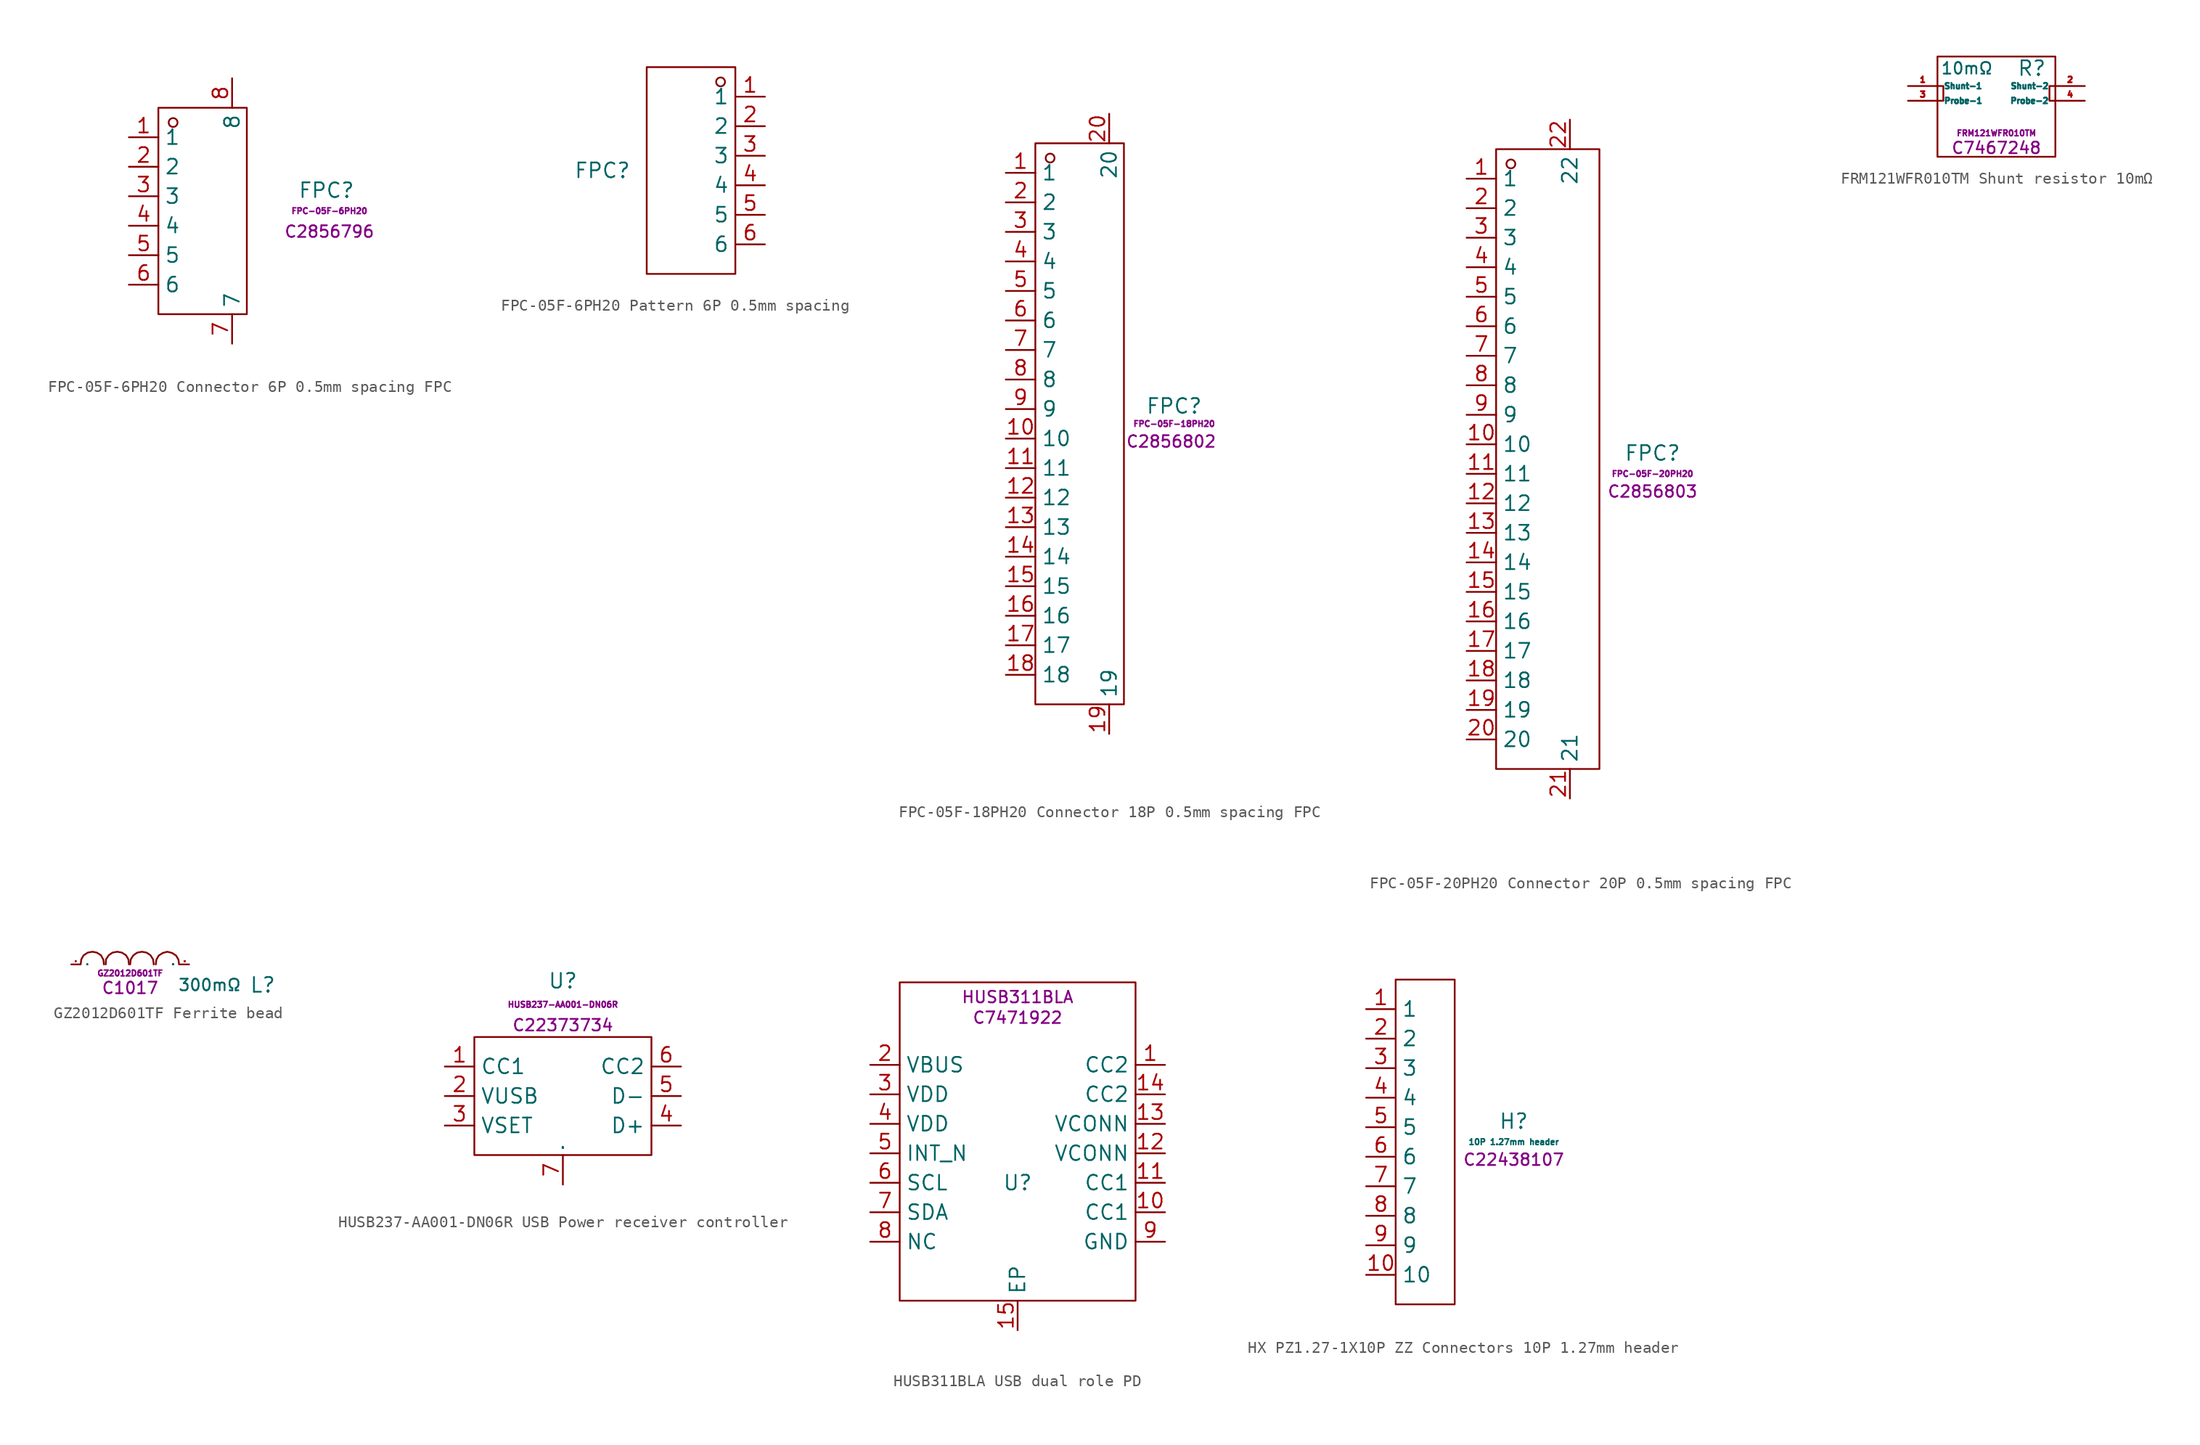
<source format=kicad_sym>
(kicad_symbol_lib
  (version 20241209)
  (generator "kicad_symbol_editor")
  (generator_version "9.0")
  (symbol "FPC-05F-6PH20 Connector 6P 0.5mm spacing FPC"
    (property "Reference" "FPC"
      (at 11.938 1.778 0)
      (do_not_autoplace)
      (effects (font (size 1.27 1.27))))
    (property "Manufacturer Part" "FPC-05F-6PH20"
      (at 12.192 0 0)
      (do_not_autoplace)
      (effects (font (size 0.5 0.5))))
    (property "LCSC Part #" "C2856796"
      (at 12.192 -1.778 0)
      (do_not_autoplace)
      (effects (font (size 1 1))))
    (symbol "FPC-05F-6PH20 Connector 6P 0.5mm spacing FPC_1_0"
      (rectangle (start -2.54 -8.89) (end 5.08 8.89) (stroke (width 0) (type default)) (fill (type none)))
      (circle (center -1.27 7.62) (radius 0.381) (stroke (width 0) (type default)) (fill (type none)))
      (pin input line (at -5.08 6.35 0) (length 2.54) (name "1" (effects (font (size 1.27 1.27)))) (number "1" (effects (font (size 1.27 1.27)))))
      (pin input line (at -5.08 3.81 0) (length 2.54) (name "2" (effects (font (size 1.27 1.27)))) (number "2" (effects (font (size 1.27 1.27)))))
      (pin input line (at -5.08 1.27 0) (length 2.54) (name "3" (effects (font (size 1.27 1.27)))) (number "3" (effects (font (size 1.27 1.27)))))
      (pin input line (at -5.08 -1.27 0) (length 2.54) (name "4" (effects (font (size 1.27 1.27)))) (number "4" (effects (font (size 1.27 1.27)))))
      (pin input line (at -5.08 -3.81 0) (length 2.54) (name "5" (effects (font (size 1.27 1.27)))) (number "5" (effects (font (size 1.27 1.27)))))
      (pin input line (at -5.08 -6.35 0) (length 2.54) (name "6" (effects (font (size 1.27 1.27)))) (number "6" (effects (font (size 1.27 1.27)))))
      (pin input line (at 3.81 11.43 270) (length 2.54) (name "8" (effects (font (size 1.27 1.27)))) (number "8" (effects (font (size 1.27 1.27)))))
      (pin input line (at 3.81 -11.43 90) (length 2.54) (name "7" (effects (font (size 1.27 1.27)))) (number "7" (effects (font (size 1.27 1.27)))))))
  (symbol "FPC-05F-6PH20 Pattern 6P 0.5mm spacing"
    (property "Reference" "FPC"
      (at -7.62 0 0)
      (do_not_autoplace)
      (effects (font (size 1.27 1.27))))
    (symbol "FPC-05F-6PH20 Pattern 6P 0.5mm spacing_1_0"
      (circle (center 2.54 7.62) (radius 0.381) (stroke (width 0) (type default)) (fill (type none)))
      (rectangle (start 3.81 8.89) (end -3.81 -8.89) (stroke (width 0) (type default)) (fill (type none)))
      (pin input line (at 6.35 6.35 180) (length 2.54) (name "1" (effects (font (size 1.27 1.27)))) (number "1" (effects (font (size 1.27 1.27)))))
      (pin input line (at 6.35 3.81 180) (length 2.54) (name "2" (effects (font (size 1.27 1.27)))) (number "2" (effects (font (size 1.27 1.27)))))
      (pin input line (at 6.35 1.27 180) (length 2.54) (name "3" (effects (font (size 1.27 1.27)))) (number "3" (effects (font (size 1.27 1.27)))))
      (pin input line (at 6.35 -1.27 180) (length 2.54) (name "4" (effects (font (size 1.27 1.27)))) (number "4" (effects (font (size 1.27 1.27)))))
      (pin input line (at 6.35 -3.81 180) (length 2.54) (name "5" (effects (font (size 1.27 1.27)))) (number "5" (effects (font (size 1.27 1.27)))))
      (pin input line (at 6.35 -6.35 180) (length 2.54) (name "6" (effects (font (size 1.27 1.27)))) (number "6" (effects (font (size 1.27 1.27)))))))
  (symbol "FPC-05F-18PH20 Connector 18P 0.5mm spacing FPC"
    (property "Reference" "FPC"
      (at 9.398 1.524 0)
      (do_not_autoplace)
      (effects (font (size 1.27 1.27))))
    (property "Manufacturer Part" "FPC-05F-18PH20"
      (at 9.398 0 0)
      (do_not_autoplace)
      (effects (font (size 0.5 0.5))))
    (property "LCSC Part #" "C2856802"
      (at 9.144 -1.524 0)
      (do_not_autoplace)
      (effects (font (size 1 1))))
    (symbol "FPC-05F-18PH20 Connector 18P 0.5mm spacing FPC_1_0"
      (rectangle (start -2.54 -24.13) (end 5.08 24.13) (stroke (width 0) (type default)) (fill (type none)))
      (circle (center -1.27 22.86) (radius 0.381) (stroke (width 0) (type default)) (fill (type none)))
      (pin input line (at -5.08 21.59 0) (length 2.54) (name "1" (effects (font (size 1.27 1.27)))) (number "1" (effects (font (size 1.27 1.27)))))
      (pin input line (at -5.08 19.05 0) (length 2.54) (name "2" (effects (font (size 1.27 1.27)))) (number "2" (effects (font (size 1.27 1.27)))))
      (pin input line (at -5.08 16.51 0) (length 2.54) (name "3" (effects (font (size 1.27 1.27)))) (number "3" (effects (font (size 1.27 1.27)))))
      (pin input line (at -5.08 13.97 0) (length 2.54) (name "4" (effects (font (size 1.27 1.27)))) (number "4" (effects (font (size 1.27 1.27)))))
      (pin input line (at -5.08 11.43 0) (length 2.54) (name "5" (effects (font (size 1.27 1.27)))) (number "5" (effects (font (size 1.27 1.27)))))
      (pin input line (at -5.08 8.89 0) (length 2.54) (name "6" (effects (font (size 1.27 1.27)))) (number "6" (effects (font (size 1.27 1.27)))))
      (pin input line (at -5.08 6.35 0) (length 2.54) (name "7" (effects (font (size 1.27 1.27)))) (number "7" (effects (font (size 1.27 1.27)))))
      (pin input line (at -5.08 3.81 0) (length 2.54) (name "8" (effects (font (size 1.27 1.27)))) (number "8" (effects (font (size 1.27 1.27)))))
      (pin input line (at -5.08 1.27 0) (length 2.54) (name "9" (effects (font (size 1.27 1.27)))) (number "9" (effects (font (size 1.27 1.27)))))
      (pin input line (at -5.08 -1.27 0) (length 2.54) (name "10" (effects (font (size 1.27 1.27)))) (number "10" (effects (font (size 1.27 1.27)))))
      (pin input line (at -5.08 -3.81 0) (length 2.54) (name "11" (effects (font (size 1.27 1.27)))) (number "11" (effects (font (size 1.27 1.27)))))
      (pin input line (at -5.08 -6.35 0) (length 2.54) (name "12" (effects (font (size 1.27 1.27)))) (number "12" (effects (font (size 1.27 1.27)))))
      (pin input line (at -5.08 -8.89 0) (length 2.54) (name "13" (effects (font (size 1.27 1.27)))) (number "13" (effects (font (size 1.27 1.27)))))
      (pin input line (at -5.08 -11.43 0) (length 2.54) (name "14" (effects (font (size 1.27 1.27)))) (number "14" (effects (font (size 1.27 1.27)))))
      (pin input line (at -5.08 -13.97 0) (length 2.54) (name "15" (effects (font (size 1.27 1.27)))) (number "15" (effects (font (size 1.27 1.27)))))
      (pin input line (at -5.08 -16.51 0) (length 2.54) (name "16" (effects (font (size 1.27 1.27)))) (number "16" (effects (font (size 1.27 1.27)))))
      (pin input line (at -5.08 -19.05 0) (length 2.54) (name "17" (effects (font (size 1.27 1.27)))) (number "17" (effects (font (size 1.27 1.27)))))
      (pin input line (at -5.08 -21.59 0) (length 2.54) (name "18" (effects (font (size 1.27 1.27)))) (number "18" (effects (font (size 1.27 1.27)))))
      (pin input line (at 3.81 26.67 270) (length 2.54) (name "20" (effects (font (size 1.27 1.27)))) (number "20" (effects (font (size 1.27 1.27)))))
      (pin input line (at 3.81 -26.67 90) (length 2.54) (name "19" (effects (font (size 1.27 1.27)))) (number "19" (effects (font (size 1.27 1.27)))))))
  (symbol "FPC-05F-20PH20 Connector 20P 0.5mm spacing FPC"
    (property "Reference" "FPC"
      (at 9.652 1.778 0)
      (do_not_autoplace)
      (effects (font (size 1.27 1.27))))
    (property "Manufacturer Part" "FPC-05F-20PH20"
      (at 9.652 0 0)
      (do_not_autoplace)
      (effects (font (size 0.5 0.5))))
    (property "LCSC Part #" "C2856803"
      (at 9.652 -1.524 0)
      (do_not_autoplace)
      (effects (font (size 1 1))))
    (symbol "FPC-05F-20PH20 Connector 20P 0.5mm spacing FPC_1_0"
      (rectangle (start -3.81 -25.4) (end 5.08 27.94) (stroke (width 0) (type default)) (fill (type none)))
      (circle (center -2.54 26.67) (radius 0.381) (stroke (width 0) (type default)) (fill (type none)))
      (pin input line (at -6.35 25.4 0) (length 2.54) (name "1" (effects (font (size 1.27 1.27)))) (number "1" (effects (font (size 1.27 1.27)))))
      (pin input line (at -6.35 22.86 0) (length 2.54) (name "2" (effects (font (size 1.27 1.27)))) (number "2" (effects (font (size 1.27 1.27)))))
      (pin input line (at -6.35 20.32 0) (length 2.54) (name "3" (effects (font (size 1.27 1.27)))) (number "3" (effects (font (size 1.27 1.27)))))
      (pin input line (at -6.35 17.78 0) (length 2.54) (name "4" (effects (font (size 1.27 1.27)))) (number "4" (effects (font (size 1.27 1.27)))))
      (pin input line (at -6.35 15.24 0) (length 2.54) (name "5" (effects (font (size 1.27 1.27)))) (number "5" (effects (font (size 1.27 1.27)))))
      (pin input line (at -6.35 12.7 0) (length 2.54) (name "6" (effects (font (size 1.27 1.27)))) (number "6" (effects (font (size 1.27 1.27)))))
      (pin input line (at -6.35 10.16 0) (length 2.54) (name "7" (effects (font (size 1.27 1.27)))) (number "7" (effects (font (size 1.27 1.27)))))
      (pin input line (at -6.35 7.62 0) (length 2.54) (name "8" (effects (font (size 1.27 1.27)))) (number "8" (effects (font (size 1.27 1.27)))))
      (pin input line (at -6.35 5.08 0) (length 2.54) (name "9" (effects (font (size 1.27 1.27)))) (number "9" (effects (font (size 1.27 1.27)))))
      (pin input line (at -6.35 2.54 0) (length 2.54) (name "10" (effects (font (size 1.27 1.27)))) (number "10" (effects (font (size 1.27 1.27)))))
      (pin input line (at -6.35 0 0) (length 2.54) (name "11" (effects (font (size 1.27 1.27)))) (number "11" (effects (font (size 1.27 1.27)))))
      (pin input line (at -6.35 -2.54 0) (length 2.54) (name "12" (effects (font (size 1.27 1.27)))) (number "12" (effects (font (size 1.27 1.27)))))
      (pin input line (at -6.35 -5.08 0) (length 2.54) (name "13" (effects (font (size 1.27 1.27)))) (number "13" (effects (font (size 1.27 1.27)))))
      (pin input line (at -6.35 -7.62 0) (length 2.54) (name "14" (effects (font (size 1.27 1.27)))) (number "14" (effects (font (size 1.27 1.27)))))
      (pin input line (at -6.35 -10.16 0) (length 2.54) (name "15" (effects (font (size 1.27 1.27)))) (number "15" (effects (font (size 1.27 1.27)))))
      (pin input line (at -6.35 -12.7 0) (length 2.54) (name "16" (effects (font (size 1.27 1.27)))) (number "16" (effects (font (size 1.27 1.27)))))
      (pin input line (at -6.35 -15.24 0) (length 2.54) (name "17" (effects (font (size 1.27 1.27)))) (number "17" (effects (font (size 1.27 1.27)))))
      (pin input line (at -6.35 -17.78 0) (length 2.54) (name "18" (effects (font (size 1.27 1.27)))) (number "18" (effects (font (size 1.27 1.27)))))
      (pin input line (at -6.35 -20.32 0) (length 2.54) (name "19" (effects (font (size 1.27 1.27)))) (number "19" (effects (font (size 1.27 1.27)))))
      (pin input line (at -6.35 -22.86 0) (length 2.54) (name "20" (effects (font (size 1.27 1.27)))) (number "20" (effects (font (size 1.27 1.27)))))
      (pin input line (at 2.54 30.48 270) (length 2.54) (name "22" (effects (font (size 1.27 1.27)))) (number "22" (effects (font (size 1.27 1.27)))))
      (pin input line (at 2.54 -27.94 90) (length 2.54) (name "21" (effects (font (size 1.27 1.27)))) (number "21" (effects (font (size 1.27 1.27)))))))
  (symbol "FRM121WFR010TM Shunt resistor 10mΩ"
    (property "Reference" "R"
      (at 3.048 1.524 0)
      (do_not_autoplace)
      (effects (font (size 1.27 1.27))))
    (property "Value" "10mΩ"
      (at -2.54 1.524 0)
      (do_not_autoplace)
      (effects (font (size 1 1))))
    (property "Manufacturer Part" "FRM121WFR010TM"
      (at 0 -4.064 0)
      (do_not_autoplace)
      (effects (font (size 0.5 0.5))))
    (property "LCSC Part #" "C7467248"
      (at 0 -5.334 0)
      (do_not_autoplace)
      (effects (font (size 1 1))))
    (symbol "FRM121WFR010TM Shunt resistor 10mΩ_0_1"
      (polyline (pts (xy -5.08 0) (xy -4.572 0) (xy -4.572 -1.27) (xy -5.08 -1.27)) (stroke (width 0) (type default)) (fill (type none)))
      (polyline (pts (xy 5.08 0) (xy 4.572 0) (xy 4.572 -1.27) (xy 5.08 -1.27)) (stroke (width 0) (type default)) (fill (type none))))
    (symbol "FRM121WFR010TM Shunt resistor 10mΩ_1_0"
      (rectangle (start -5.08 2.54) (end 5.08 -6.096) (stroke (width 0) (type default)) (fill (type none)))
      (pin unspecified line (at -7.62 0 0) (length 2.54) (name "Shunt-1" (effects (font (size 0.5 0.5)))) (number "1" (effects (font (size 0.5 0.5)))))
      (pin unspecified line (at -7.62 -1.27 0) (length 2.54) (name "Probe-1" (effects (font (size 0.5 0.5)))) (number "3" (effects (font (size 0.5 0.5)))))
      (pin unspecified line (at 7.62 0 180) (length 2.54) (name "Shunt-2" (effects (font (size 0.5 0.5)))) (number "2" (effects (font (size 0.5 0.5)))))
      (pin unspecified line (at 7.62 -1.27 180) (length 2.54) (name "Probe-2" (effects (font (size 0.5 0.5)))) (number "4" (effects (font (size 0.5 0.5)))))))
  (symbol "GZ2012D601TF Ferrite bead"
    (property "Reference" "L"
      (at 11.43 -1.778 0)
      (effects (font (size 1.27 1.27))))
    (property "Value" "300mΩ"
      (at 6.858 -1.778 0)
      (effects (font (size 1 1))))
    (property "Manufacturer Part" "GZ2012D601TF"
      (at 0 -0.762 0)
      (do_not_autoplace)
      (effects (font (size 0.5 0.5))))
    (property "LCSC Part #" "C1017"
      (at 0 -2.032 0)
      (do_not_autoplace)
      (effects (font (size 1 1))))
    (symbol "GZ2012D601TF Ferrite bead_1_0"
      (polyline (pts (xy -4.267 0) (xy -4.216 0.432) (xy -4.216 0.432) (xy -4.013 0.787) (xy -4.013 0.787) (xy -3.658 1.016) (xy -3.658 1.016) (xy -3.251 1.092) (xy -3.251 1.092) (xy -2.87 1.016) (xy -2.87 1.016) (xy -2.515 0.787) (xy -2.515 0.787) (xy -2.311 0.406) (xy -2.311 0.406) (xy -2.261 0)) (stroke (width 0) (type default)) (fill (type none)))
      (polyline (pts (xy -2.108 0) (xy -2.083 0.432) (xy -2.083 0.432) (xy -1.854 0.787) (xy -1.854 0.787) (xy -1.524 1.016) (xy -1.524 1.016) (xy -1.118 1.092) (xy -1.118 1.092) (xy -0.711 1.016) (xy -0.711 1.016) (xy -0.356 0.787) (xy -0.356 0.787) (xy -0.152 0.432) (xy -0.152 0.432) (xy -0.102 0)) (stroke (width 0) (type default)) (fill (type none)))
      (polyline (pts (xy 0 0) (xy 0.051 0.432) (xy 0.051 0.432) (xy 0.279 0.787) (xy 0.279 0.787) (xy 0.61 1.016) (xy 0.61 1.016) (xy 1.016 1.092) (xy 1.016 1.092) (xy 1.422 1.016) (xy 1.422 1.016) (xy 1.753 0.787) (xy 1.753 0.787) (xy 1.981 0.432) (xy 1.981 0.432) (xy 2.032 0)) (stroke (width 0) (type default)) (fill (type none)))
      (polyline (pts (xy 2.21 0) (xy 2.261 0.406) (xy 2.261 0.406) (xy 2.464 0.762) (xy 2.464 0.762) (xy 2.819 0.991) (xy 2.819 0.991) (xy 3.2 1.092) (xy 3.2 1.092) (xy 3.607 0.991) (xy 3.607 0.991) (xy 3.962 0.762) (xy 3.962 0.762) (xy 4.166 0.406) (xy 4.166 0.406) (xy 4.216 0)) (stroke (width 0) (type default)) (fill (type none)))
      (pin unspecified line (at -5.08 0 0) (length 0.762) (name "1" (effects (font (size 0.025 0.025)))) (number "1" (effects (font (size 0.025 0.025)))))
      (pin unspecified line (at 5.08 0 180) (length 0.762) (name "2" (effects (font (size 0.025 0.025)))) (number "2" (effects (font (size 0.025 0.025)))))))
  (symbol "HUSB237-AA001-DN06R USB Power receiver controller"
    (property "Reference" "U"
      (at 0 9.906 0)
      (do_not_autoplace)
      (effects (font (size 1.27 1.27))))
    (property "Manufacturer Part" "HUSB237-AA001-DN06R"
      (at 0 7.874 0)
      (do_not_autoplace)
      (effects (font (size 0.5 0.5))))
    (property "LCSC Part #" "C22373734"
      (at 0 6.096 0)
      (do_not_autoplace)
      (effects (font (size 1 1))))
    (symbol "HUSB237-AA001-DN06R USB Power receiver controller_1_0"
      (rectangle (start -7.62 5.08) (end 7.62 -5.08) (stroke (width 0) (type default)) (fill (type none)))
      (pin unspecified line (at -10.16 2.54 0) (length 2.54) (name "CC1" (effects (font (size 1.27 1.27)))) (number "1" (effects (font (size 1.27 1.27)))))
      (pin unspecified line (at -10.16 0 0) (length 2.54) (name "VUSB" (effects (font (size 1.27 1.27)))) (number "2" (effects (font (size 1.27 1.27)))))
      (pin unspecified line (at -10.16 -2.54 0) (length 2.54) (name "VSET" (effects (font (size 1.27 1.27)))) (number "3" (effects (font (size 1.27 1.27)))))
      (pin unspecified line (at 0 -7.62 90) (length 2.54) (name "GND" (effects (font (size 0.025 0.025)))) (number "7" (effects (font (size 1.27 1.27)))))
      (pin unspecified line (at 10.16 2.54 180) (length 2.54) (name "CC2" (effects (font (size 1.27 1.27)))) (number "6" (effects (font (size 1.27 1.27)))))
      (pin unspecified line (at 10.16 0 180) (length 2.54) (name "D-" (effects (font (size 1.27 1.27)))) (number "5" (effects (font (size 1.27 1.27)))))
      (pin unspecified line (at 10.16 -2.54 180) (length 2.54) (name "D+" (effects (font (size 1.27 1.27)))) (number "4" (effects (font (size 1.27 1.27)))))))
  (symbol "HUSB311BLA USB dual role PD"
    (property "Reference" "U"
      (at 0 0 0)
      (effects (font (size 1.27 1.27))))
    (property "Manufacturer Part" "HUSB311BLA"
      (at 0 16.002 0)
      (do_not_autoplace)
      (effects (font (size 1 1))))
    (property "LCSC Part #" "C7471922"
      (at 0 14.224 0)
      (do_not_autoplace)
      (effects (font (size 1 1))))
    (symbol "HUSB311BLA USB dual role PD_1_0"
      (rectangle (start -10.16 17.272) (end 10.16 -10.16) (stroke (width 0) (type default)) (fill (type none)))
      (pin unspecified line (at -12.7 10.16 0) (length 2.54) (name "VBUS" (effects (font (size 1.27 1.27)))) (number "2" (effects (font (size 1.27 1.27)))))
      (pin unspecified line (at -12.7 7.62 0) (length 2.54) (name "VDD" (effects (font (size 1.27 1.27)))) (number "3" (effects (font (size 1.27 1.27)))))
      (pin unspecified line (at -12.7 5.08 0) (length 2.54) (name "VDD" (effects (font (size 1.27 1.27)))) (number "4" (effects (font (size 1.27 1.27)))))
      (pin unspecified line (at -12.7 2.54 0) (length 2.54) (name "INT_N" (effects (font (size 1.27 1.27)))) (number "5" (effects (font (size 1.27 1.27)))))
      (pin unspecified line (at -12.7 0 0) (length 2.54) (name "SCL" (effects (font (size 1.27 1.27)))) (number "6" (effects (font (size 1.27 1.27)))))
      (pin unspecified line (at -12.7 -2.54 0) (length 2.54) (name "SDA" (effects (font (size 1.27 1.27)))) (number "7" (effects (font (size 1.27 1.27)))))
      (pin unspecified line (at -12.7 -5.08 0) (length 2.54) (name "NC" (effects (font (size 1.27 1.27)))) (number "8" (effects (font (size 1.27 1.27)))))
      (pin unspecified line (at 0 -12.7 90) (length 2.54) (name "EP" (effects (font (size 1.27 1.27)))) (number "15" (effects (font (size 1.27 1.27)))))
      (pin unspecified line (at 12.7 10.16 180) (length 2.54) (name "CC2" (effects (font (size 1.27 1.27)))) (number "1" (effects (font (size 1.27 1.27)))))
      (pin unspecified line (at 12.7 7.62 180) (length 2.54) (name "CC2" (effects (font (size 1.27 1.27)))) (number "14" (effects (font (size 1.27 1.27)))))
      (pin unspecified line (at 12.7 5.08 180) (length 2.54) (name "VCONN" (effects (font (size 1.27 1.27)))) (number "13" (effects (font (size 1.27 1.27)))))
      (pin unspecified line (at 12.7 2.54 180) (length 2.54) (name "VCONN" (effects (font (size 1.27 1.27)))) (number "12" (effects (font (size 1.27 1.27)))))
      (pin unspecified line (at 12.7 0 180) (length 2.54) (name "CC1" (effects (font (size 1.27 1.27)))) (number "11" (effects (font (size 1.27 1.27)))))
      (pin unspecified line (at 12.7 -2.54 180) (length 2.54) (name "CC1" (effects (font (size 1.27 1.27)))) (number "10" (effects (font (size 1.27 1.27)))))
      (pin unspecified line (at 12.7 -5.08 180) (length 2.54) (name "GND" (effects (font (size 1.27 1.27)))) (number "9" (effects (font (size 1.27 1.27)))))))
  (symbol "HX PZ1.27-1X10P ZZ Connectors 10P 1.27mm header"
    (property "Reference" "H"
      (at 7.62 1.778 0)
      (do_not_autoplace)
      (effects (font (size 1.27 1.27))))
    (property "Value" "10P 1.27mm header"
      (at 7.62 0 0)
      (do_not_autoplace)
      (effects (font (size 0.5 0.5))))
    (property "LCSC Part #" "C22438107"
      (at 7.62 -1.524 0)
      (do_not_autoplace)
      (effects (font (size 1 1))))
    (symbol "HX PZ1.27-1X10P ZZ Connectors 10P 1.27mm header_1_0"
      (rectangle (start -2.54 13.97) (end 2.54 -13.97) (stroke (width 0) (type default)) (fill (type none)))
      (pin unspecified line (at -5.08 11.43 0) (length 2.54) (name "1" (effects (font (size 1.27 1.27)))) (number "1" (effects (font (size 1.27 1.27)))))
      (pin unspecified line (at -5.08 8.89 0) (length 2.54) (name "2" (effects (font (size 1.27 1.27)))) (number "2" (effects (font (size 1.27 1.27)))))
      (pin unspecified line (at -5.08 6.35 0) (length 2.54) (name "3" (effects (font (size 1.27 1.27)))) (number "3" (effects (font (size 1.27 1.27)))))
      (pin unspecified line (at -5.08 3.81 0) (length 2.54) (name "4" (effects (font (size 1.27 1.27)))) (number "4" (effects (font (size 1.27 1.27)))))
      (pin unspecified line (at -5.08 1.27 0) (length 2.54) (name "5" (effects (font (size 1.27 1.27)))) (number "5" (effects (font (size 1.27 1.27)))))
      (pin unspecified line (at -5.08 -1.27 0) (length 2.54) (name "6" (effects (font (size 1.27 1.27)))) (number "6" (effects (font (size 1.27 1.27)))))
      (pin unspecified line (at -5.08 -3.81 0) (length 2.54) (name "7" (effects (font (size 1.27 1.27)))) (number "7" (effects (font (size 1.27 1.27)))))
      (pin unspecified line (at -5.08 -6.35 0) (length 2.54) (name "8" (effects (font (size 1.27 1.27)))) (number "8" (effects (font (size 1.27 1.27)))))
      (pin unspecified line (at -5.08 -8.89 0) (length 2.54) (name "9" (effects (font (size 1.27 1.27)))) (number "9" (effects (font (size 1.27 1.27)))))
      (pin unspecified line (at -5.08 -11.43 0) (length 2.54) (name "10" (effects (font (size 1.27 1.27)))) (number "10" (effects (font (size 1.27 1.27))))))))
</source>
